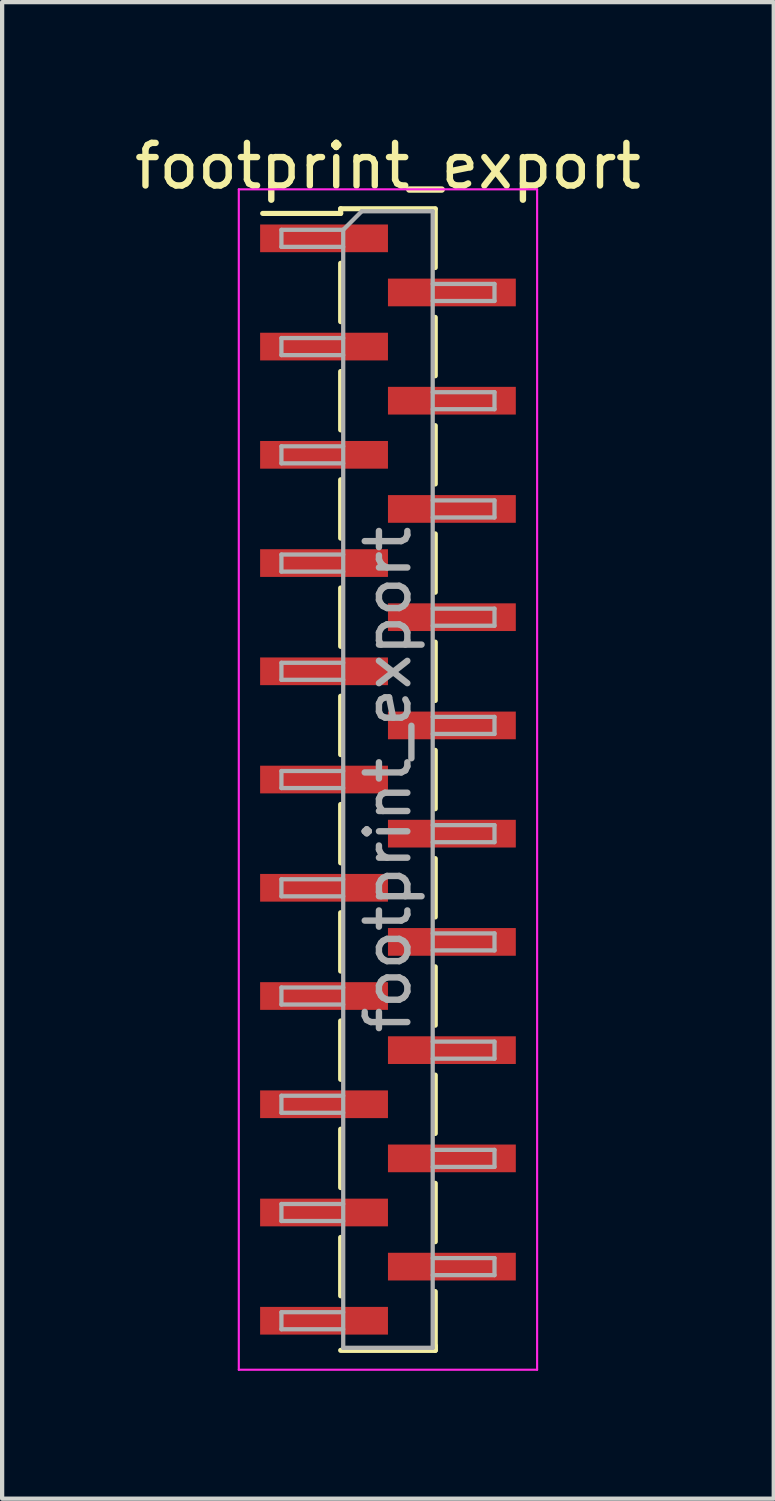
<source format=kicad_pcb>
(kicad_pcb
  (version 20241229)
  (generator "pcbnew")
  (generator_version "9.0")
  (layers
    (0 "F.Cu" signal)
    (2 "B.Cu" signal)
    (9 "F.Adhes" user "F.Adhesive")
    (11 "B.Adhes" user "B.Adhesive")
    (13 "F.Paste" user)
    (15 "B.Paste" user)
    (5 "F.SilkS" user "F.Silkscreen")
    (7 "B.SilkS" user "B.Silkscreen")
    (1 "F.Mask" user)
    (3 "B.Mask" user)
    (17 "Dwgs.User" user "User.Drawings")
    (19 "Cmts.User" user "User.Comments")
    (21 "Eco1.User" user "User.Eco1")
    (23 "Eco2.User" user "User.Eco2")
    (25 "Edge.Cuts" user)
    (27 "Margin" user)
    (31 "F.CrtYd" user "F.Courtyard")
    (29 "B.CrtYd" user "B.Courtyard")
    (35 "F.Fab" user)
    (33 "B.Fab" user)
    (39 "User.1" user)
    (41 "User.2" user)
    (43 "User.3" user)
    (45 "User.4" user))
  (footprint "footprint_export"
    (layer "F.Cu")
    (at 6.054 15.243)
    (property "Reference" "footprint_export" (at 0 -14.395 0) (layer "F.SilkS") (effects (font (size 1 1) (thickness 0.15))))
    (attr smd)
    (fp_line (start -1.11 -13.395) (end -1.11 -13.285) (stroke (width 0.12) (type solid)) (layer "F.SilkS"))
    (fp_line (start -1.11 -13.395) (end 1.11 -13.395) (stroke (width 0.12) (type solid)) (layer "F.SilkS"))
    (fp_line (start -1.11 -13.285) (end -2.94 -13.285) (stroke (width 0.12) (type solid)) (layer "F.SilkS"))
    (fp_line (start -1.11 -12.115) (end -1.11 -10.745) (stroke (width 0.12) (type solid)) (layer "F.SilkS"))
    (fp_line (start -1.11 -9.575) (end -1.11 -8.205) (stroke (width 0.12) (type solid)) (layer "F.SilkS"))
    (fp_line (start -1.11 -7.035) (end -1.11 -5.665) (stroke (width 0.12) (type solid)) (layer "F.SilkS"))
    (fp_line (start -1.11 -4.495) (end -1.11 -3.125) (stroke (width 0.12) (type solid)) (layer "F.SilkS"))
    (fp_line (start -1.11 -1.955) (end -1.11 -0.585) (stroke (width 0.12) (type solid)) (layer "F.SilkS"))
    (fp_line (start -1.11 0.585) (end -1.11 1.955) (stroke (width 0.12) (type solid)) (layer "F.SilkS"))
    (fp_line (start -1.11 3.125) (end -1.11 4.495) (stroke (width 0.12) (type solid)) (layer "F.SilkS"))
    (fp_line (start -1.11 5.665) (end -1.11 7.035) (stroke (width 0.12) (type solid)) (layer "F.SilkS"))
    (fp_line (start -1.11 8.205) (end -1.11 9.575) (stroke (width 0.12) (type solid)) (layer "F.SilkS"))
    (fp_line (start -1.11 10.745) (end -1.11 12.115) (stroke (width 0.12) (type solid)) (layer "F.SilkS"))
    (fp_line (start -1.11 13.395) (end 1.11 13.395) (stroke (width 0.12) (type solid)) (layer "F.SilkS"))
    (fp_line (start 1.11 -13.385) (end 1.11 -12.015) (stroke (width 0.12) (type solid)) (layer "F.SilkS"))
    (fp_line (start 1.11 -10.845) (end 1.11 -9.475) (stroke (width 0.12) (type solid)) (layer "F.SilkS"))
    (fp_line (start 1.11 -8.305) (end 1.11 -6.935) (stroke (width 0.12) (type solid)) (layer "F.SilkS"))
    (fp_line (start 1.11 -5.765) (end 1.11 -4.395) (stroke (width 0.12) (type solid)) (layer "F.SilkS"))
    (fp_line (start 1.11 -3.225) (end 1.11 -1.855) (stroke (width 0.12) (type solid)) (layer "F.SilkS"))
    (fp_line (start 1.11 -0.685) (end 1.11 0.685) (stroke (width 0.12) (type solid)) (layer "F.SilkS"))
    (fp_line (start 1.11 1.855) (end 1.11 3.225) (stroke (width 0.12) (type solid)) (layer "F.SilkS"))
    (fp_line (start 1.11 4.395) (end 1.11 5.765) (stroke (width 0.12) (type solid)) (layer "F.SilkS"))
    (fp_line (start 1.11 6.935) (end 1.11 8.305) (stroke (width 0.12) (type solid)) (layer "F.SilkS"))
    (fp_line (start 1.11 9.475) (end 1.11 10.845) (stroke (width 0.12) (type solid)) (layer "F.SilkS"))
    (fp_line (start 1.11 12.015) (end 1.11 13.385) (stroke (width 0.12) (type solid)) (layer "F.SilkS"))
    (fp_line (start 1.11 13.285) (end 1.11 13.395) (stroke (width 0.12) (type solid)) (layer "F.SilkS"))
    (fp_line (start -3.5 -13.85) (end -3.5 13.85) (stroke (width 0.05) (type solid)) (layer "F.CrtYd"))
    (fp_line (start -3.5 13.85) (end 3.5 13.85) (stroke (width 0.05) (type solid)) (layer "F.CrtYd"))
    (fp_line (start 3.5 -13.85) (end -3.5 -13.85) (stroke (width 0.05) (type solid)) (layer "F.CrtYd"))
    (fp_line (start 3.5 13.85) (end 3.5 -13.85) (stroke (width 0.05) (type solid)) (layer "F.CrtYd"))
    (fp_line (start -2.5 -12.9) (end -2.5 -12.5) (stroke (width 0.1) (type solid)) (layer "F.Fab"))
    (fp_line (start -2.5 -12.5) (end -1.05 -12.5) (stroke (width 0.1) (type solid)) (layer "F.Fab"))
    (fp_line (start -2.5 -10.36) (end -2.5 -9.96) (stroke (width 0.1) (type solid)) (layer "F.Fab"))
    (fp_line (start -2.5 -9.96) (end -1.05 -9.96) (stroke (width 0.1) (type solid)) (layer "F.Fab"))
    (fp_line (start -2.5 -7.82) (end -2.5 -7.42) (stroke (width 0.1) (type solid)) (layer "F.Fab"))
    (fp_line (start -2.5 -7.42) (end -1.05 -7.42) (stroke (width 0.1) (type solid)) (layer "F.Fab"))
    (fp_line (start -2.5 -5.28) (end -2.5 -4.88) (stroke (width 0.1) (type solid)) (layer "F.Fab"))
    (fp_line (start -2.5 -4.88) (end -1.05 -4.88) (stroke (width 0.1) (type solid)) (layer "F.Fab"))
    (fp_line (start -2.5 -2.74) (end -2.5 -2.34) (stroke (width 0.1) (type solid)) (layer "F.Fab"))
    (fp_line (start -2.5 -2.34) (end -1.05 -2.34) (stroke (width 0.1) (type solid)) (layer "F.Fab"))
    (fp_line (start -2.5 -0.2) (end -2.5 0.2) (stroke (width 0.1) (type solid)) (layer "F.Fab"))
    (fp_line (start -2.5 0.2) (end -1.05 0.2) (stroke (width 0.1) (type solid)) (layer "F.Fab"))
    (fp_line (start -2.5 2.34) (end -2.5 2.74) (stroke (width 0.1) (type solid)) (layer "F.Fab"))
    (fp_line (start -2.5 2.74) (end -1.05 2.74) (stroke (width 0.1) (type solid)) (layer "F.Fab"))
    (fp_line (start -2.5 4.88) (end -2.5 5.28) (stroke (width 0.1) (type solid)) (layer "F.Fab"))
    (fp_line (start -2.5 5.28) (end -1.05 5.28) (stroke (width 0.1) (type solid)) (layer "F.Fab"))
    (fp_line (start -2.5 7.42) (end -2.5 7.82) (stroke (width 0.1) (type solid)) (layer "F.Fab"))
    (fp_line (start -2.5 7.82) (end -1.05 7.82) (stroke (width 0.1) (type solid)) (layer "F.Fab"))
    (fp_line (start -2.5 9.96) (end -2.5 10.36) (stroke (width 0.1) (type solid)) (layer "F.Fab"))
    (fp_line (start -2.5 10.36) (end -1.05 10.36) (stroke (width 0.1) (type solid)) (layer "F.Fab"))
    (fp_line (start -2.5 12.5) (end -2.5 12.9) (stroke (width 0.1) (type solid)) (layer "F.Fab"))
    (fp_line (start -2.5 12.9) (end -1.05 12.9) (stroke (width 0.1) (type solid)) (layer "F.Fab"))
    (fp_line (start -1.05 -12.9) (end -2.5 -12.9) (stroke (width 0.1) (type solid)) (layer "F.Fab"))
    (fp_line (start -1.05 -12.9) (end -0.615 -13.335) (stroke (width 0.1) (type solid)) (layer "F.Fab"))
    (fp_line (start -1.05 -10.36) (end -2.5 -10.36) (stroke (width 0.1) (type solid)) (layer "F.Fab"))
    (fp_line (start -1.05 -7.82) (end -2.5 -7.82) (stroke (width 0.1) (type solid)) (layer "F.Fab"))
    (fp_line (start -1.05 -5.28) (end -2.5 -5.28) (stroke (width 0.1) (type solid)) (layer "F.Fab"))
    (fp_line (start -1.05 -2.74) (end -2.5 -2.74) (stroke (width 0.1) (type solid)) (layer "F.Fab"))
    (fp_line (start -1.05 -0.2) (end -2.5 -0.2) (stroke (width 0.1) (type solid)) (layer "F.Fab"))
    (fp_line (start -1.05 2.34) (end -2.5 2.34) (stroke (width 0.1) (type solid)) (layer "F.Fab"))
    (fp_line (start -1.05 4.88) (end -2.5 4.88) (stroke (width 0.1) (type solid)) (layer "F.Fab"))
    (fp_line (start -1.05 7.42) (end -2.5 7.42) (stroke (width 0.1) (type solid)) (layer "F.Fab"))
    (fp_line (start -1.05 9.96) (end -2.5 9.96) (stroke (width 0.1) (type solid)) (layer "F.Fab"))
    (fp_line (start -1.05 12.5) (end -2.5 12.5) (stroke (width 0.1) (type solid)) (layer "F.Fab"))
    (fp_line (start -1.05 13.335) (end -1.05 -12.9) (stroke (width 0.1) (type solid)) (layer "F.Fab"))
    (fp_line (start -0.615 -13.335) (end 1.05 -13.335) (stroke (width 0.1) (type solid)) (layer "F.Fab"))
    (fp_line (start 1.05 -13.335) (end 1.05 13.335) (stroke (width 0.1) (type solid)) (layer "F.Fab"))
    (fp_line (start 1.05 -11.63) (end 2.5 -11.63) (stroke (width 0.1) (type solid)) (layer "F.Fab"))
    (fp_line (start 1.05 -9.09) (end 2.5 -9.09) (stroke (width 0.1) (type solid)) (layer "F.Fab"))
    (fp_line (start 1.05 -6.55) (end 2.5 -6.55) (stroke (width 0.1) (type solid)) (layer "F.Fab"))
    (fp_line (start 1.05 -4.01) (end 2.5 -4.01) (stroke (width 0.1) (type solid)) (layer "F.Fab"))
    (fp_line (start 1.05 -1.47) (end 2.5 -1.47) (stroke (width 0.1) (type solid)) (layer "F.Fab"))
    (fp_line (start 1.05 1.07) (end 2.5 1.07) (stroke (width 0.1) (type solid)) (layer "F.Fab"))
    (fp_line (start 1.05 3.61) (end 2.5 3.61) (stroke (width 0.1) (type solid)) (layer "F.Fab"))
    (fp_line (start 1.05 6.15) (end 2.5 6.15) (stroke (width 0.1) (type solid)) (layer "F.Fab"))
    (fp_line (start 1.05 8.69) (end 2.5 8.69) (stroke (width 0.1) (type solid)) (layer "F.Fab"))
    (fp_line (start 1.05 11.23) (end 2.5 11.23) (stroke (width 0.1) (type solid)) (layer "F.Fab"))
    (fp_line (start 1.05 13.335) (end -1.05 13.335) (stroke (width 0.1) (type solid)) (layer "F.Fab"))
    (fp_line (start 2.5 -11.63) (end 2.5 -11.23) (stroke (width 0.1) (type solid)) (layer "F.Fab"))
    (fp_line (start 2.5 -11.23) (end 1.05 -11.23) (stroke (width 0.1) (type solid)) (layer "F.Fab"))
    (fp_line (start 2.5 -9.09) (end 2.5 -8.69) (stroke (width 0.1) (type solid)) (layer "F.Fab"))
    (fp_line (start 2.5 -8.69) (end 1.05 -8.69) (stroke (width 0.1) (type solid)) (layer "F.Fab"))
    (fp_line (start 2.5 -6.55) (end 2.5 -6.15) (stroke (width 0.1) (type solid)) (layer "F.Fab"))
    (fp_line (start 2.5 -6.15) (end 1.05 -6.15) (stroke (width 0.1) (type solid)) (layer "F.Fab"))
    (fp_line (start 2.5 -4.01) (end 2.5 -3.61) (stroke (width 0.1) (type solid)) (layer "F.Fab"))
    (fp_line (start 2.5 -3.61) (end 1.05 -3.61) (stroke (width 0.1) (type solid)) (layer "F.Fab"))
    (fp_line (start 2.5 -1.47) (end 2.5 -1.07) (stroke (width 0.1) (type solid)) (layer "F.Fab"))
    (fp_line (start 2.5 -1.07) (end 1.05 -1.07) (stroke (width 0.1) (type solid)) (layer "F.Fab"))
    (fp_line (start 2.5 1.07) (end 2.5 1.47) (stroke (width 0.1) (type solid)) (layer "F.Fab"))
    (fp_line (start 2.5 1.47) (end 1.05 1.47) (stroke (width 0.1) (type solid)) (layer "F.Fab"))
    (fp_line (start 2.5 3.61) (end 2.5 4.01) (stroke (width 0.1) (type solid)) (layer "F.Fab"))
    (fp_line (start 2.5 4.01) (end 1.05 4.01) (stroke (width 0.1) (type solid)) (layer "F.Fab"))
    (fp_line (start 2.5 6.15) (end 2.5 6.55) (stroke (width 0.1) (type solid)) (layer "F.Fab"))
    (fp_line (start 2.5 6.55) (end 1.05 6.55) (stroke (width 0.1) (type solid)) (layer "F.Fab"))
    (fp_line (start 2.5 8.69) (end 2.5 9.09) (stroke (width 0.1) (type solid)) (layer "F.Fab"))
    (fp_line (start 2.5 9.09) (end 1.05 9.09) (stroke (width 0.1) (type solid)) (layer "F.Fab"))
    (fp_line (start 2.5 11.23) (end 2.5 11.63) (stroke (width 0.1) (type solid)) (layer "F.Fab"))
    (fp_line (start 2.5 11.63) (end 1.05 11.63) (stroke (width 0.1) (type solid)) (layer "F.Fab"))
    (fp_text user "${REFERENCE}" (at 0 0 90) (layer "F.Fab") (effects (font (size 1 1) (thickness 0.15))))
    (pad "1" smd rect (at -1.5 -12.7) (size 3 0.65) (layers "F.Cu" "F.Mask" "F.Paste"))
    (pad "2" smd rect (at 1.5 -11.43) (size 3 0.65) (layers "F.Cu" "F.Mask" "F.Paste"))
    (pad "3" smd rect (at -1.5 -10.16) (size 3 0.65) (layers "F.Cu" "F.Mask" "F.Paste"))
    (pad "4" smd rect (at 1.5 -8.89) (size 3 0.65) (layers "F.Cu" "F.Mask" "F.Paste"))
    (pad "5" smd rect (at -1.5 -7.62) (size 3 0.65) (layers "F.Cu" "F.Mask" "F.Paste"))
    (pad "6" smd rect (at 1.5 -6.35) (size 3 0.65) (layers "F.Cu" "F.Mask" "F.Paste"))
    (pad "7" smd rect (at -1.5 -5.08) (size 3 0.65) (layers "F.Cu" "F.Mask" "F.Paste"))
    (pad "8" smd rect (at 1.5 -3.81) (size 3 0.65) (layers "F.Cu" "F.Mask" "F.Paste"))
    (pad "9" smd rect (at -1.5 -2.54) (size 3 0.65) (layers "F.Cu" "F.Mask" "F.Paste"))
    (pad "10" smd rect (at 1.5 -1.27) (size 3 0.65) (layers "F.Cu" "F.Mask" "F.Paste"))
    (pad "11" smd rect (at -1.5 0) (size 3 0.65) (layers "F.Cu" "F.Mask" "F.Paste"))
    (pad "12" smd rect (at 1.5 1.27) (size 3 0.65) (layers "F.Cu" "F.Mask" "F.Paste"))
    (pad "13" smd rect (at -1.5 2.54) (size 3 0.65) (layers "F.Cu" "F.Mask" "F.Paste"))
    (pad "14" smd rect (at 1.5 3.81) (size 3 0.65) (layers "F.Cu" "F.Mask" "F.Paste"))
    (pad "15" smd rect (at -1.5 5.08) (size 3 0.65) (layers "F.Cu" "F.Mask" "F.Paste"))
    (pad "16" smd rect (at 1.5 6.35) (size 3 0.65) (layers "F.Cu" "F.Mask" "F.Paste"))
    (pad "17" smd rect (at -1.5 7.62) (size 3 0.65) (layers "F.Cu" "F.Mask" "F.Paste"))
    (pad "18" smd rect (at 1.5 8.89) (size 3 0.65) (layers "F.Cu" "F.Mask" "F.Paste"))
    (pad "19" smd rect (at -1.5 10.16) (size 3 0.65) (layers "F.Cu" "F.Mask" "F.Paste"))
    (pad "20" smd rect (at 1.5 11.43) (size 3 0.65) (layers "F.Cu" "F.Mask" "F.Paste"))
    (pad "21" smd rect (at -1.5 12.7) (size 3 0.65) (layers "F.Cu" "F.Mask" "F.Paste")))
  (gr_rect
    (start -3 -3)
    (end 15.107 32.118)
    (stroke (width 0.1) (type default))
    (fill no)
    (layer "Edge.Cuts")))
</source>
